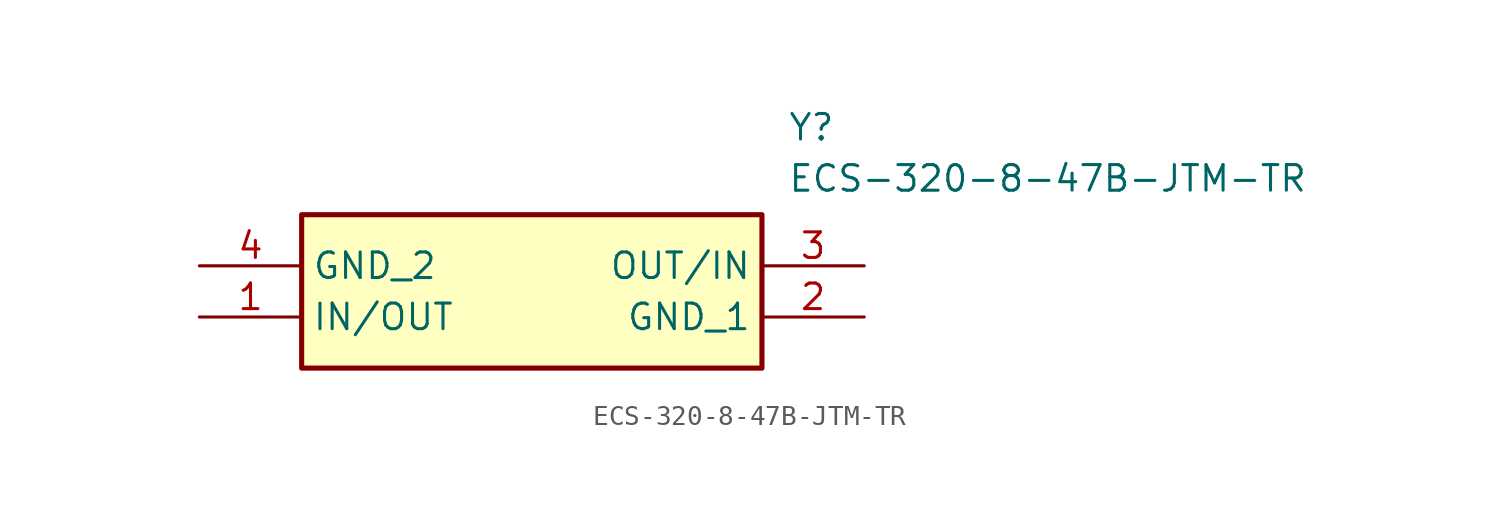
<source format=kicad_sym>
(kicad_symbol_lib
  (version 20211014)
  (generator SamacSys_ECAD_Model)
  (symbol "ECS-320-8-47B-JTM-TR"
    (property "Reference" "Y"
      (at 29.21 7.62 0)
      (effects (font (size 1.27 1.27)) (justify left top)))
    (property "Value" "ECS-320-8-47B-JTM-TR"
      (at 29.21 5.08 0)
      (effects (font (size 1.27 1.27)) (justify left top)))
    (rectangle
      (start 5.08 2.54)
      (end 27.94 -5.08)
      (stroke (width 0.254) (type default))
      (fill (type background)))
    (pin passive line
      (at 0 -2.54 0)
      (length 5.08)
      (name "IN/OUT" (effects (font (size 1.27 1.27))))
      (number "1" (effects (font (size 1.27 1.27)))))
    (pin passive line
      (at 33.02 -2.54 180)
      (length 5.08)
      (name "GND_1" (effects (font (size 1.27 1.27))))
      (number "2" (effects (font (size 1.27 1.27)))))
    (pin passive line
      (at 33.02 0 180)
      (length 5.08)
      (name "OUT/IN" (effects (font (size 1.27 1.27))))
      (number "3" (effects (font (size 1.27 1.27)))))
    (pin passive line
      (at 0 0 0)
      (length 5.08)
      (name "GND_2" (effects (font (size 1.27 1.27))))
      (number "4" (effects (font (size 1.27 1.27)))))))
</source>
